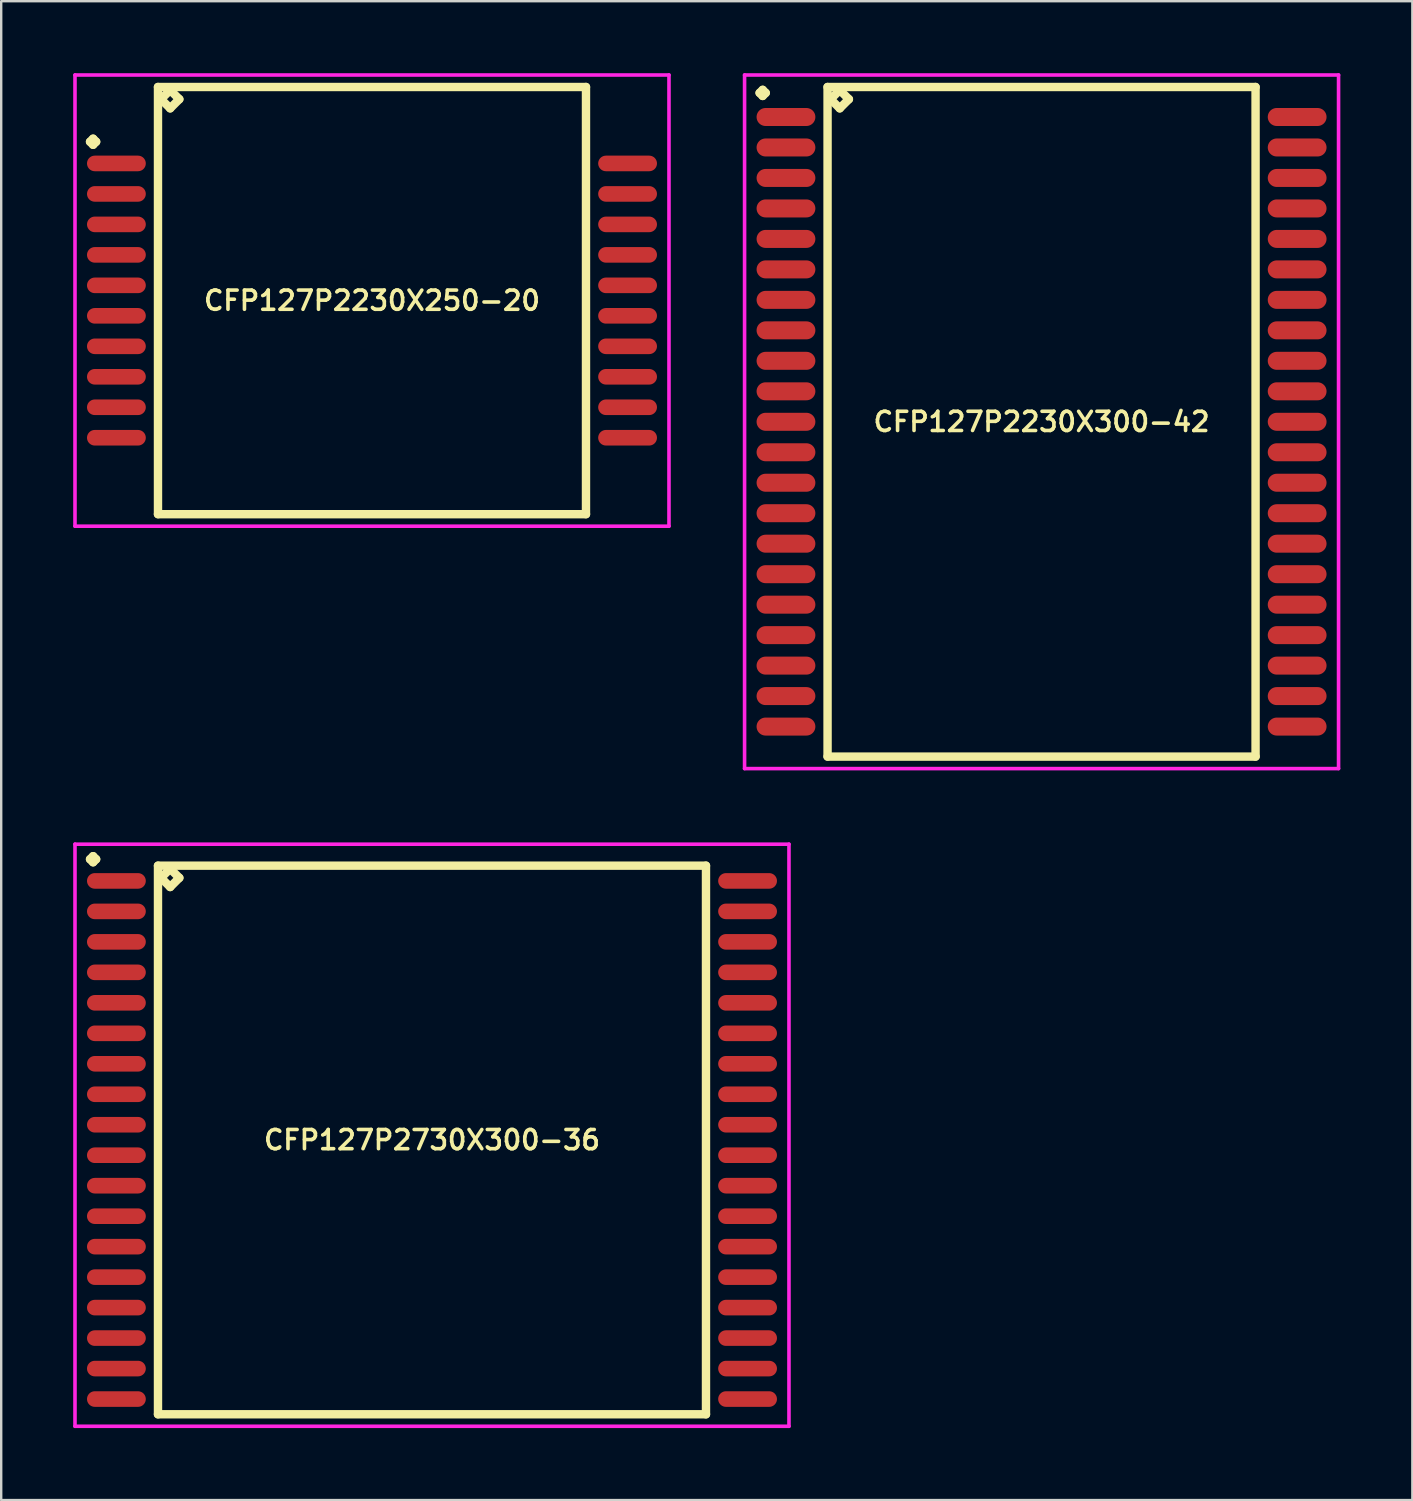
<source format=kicad_pcb>
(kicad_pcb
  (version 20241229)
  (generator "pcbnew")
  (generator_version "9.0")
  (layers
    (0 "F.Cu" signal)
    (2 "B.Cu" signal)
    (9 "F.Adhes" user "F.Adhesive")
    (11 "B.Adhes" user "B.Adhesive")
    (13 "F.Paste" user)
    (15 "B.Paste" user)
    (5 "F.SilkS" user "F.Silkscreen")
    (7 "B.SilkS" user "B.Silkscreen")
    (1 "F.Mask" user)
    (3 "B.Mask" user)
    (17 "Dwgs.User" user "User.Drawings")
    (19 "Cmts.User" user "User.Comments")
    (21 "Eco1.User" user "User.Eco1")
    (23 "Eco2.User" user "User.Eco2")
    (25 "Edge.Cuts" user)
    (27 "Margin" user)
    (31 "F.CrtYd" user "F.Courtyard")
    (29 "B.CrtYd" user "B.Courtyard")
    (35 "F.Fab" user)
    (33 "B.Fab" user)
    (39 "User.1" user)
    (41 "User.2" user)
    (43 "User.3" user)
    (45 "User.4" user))
  (footprint "CFP127P2230X250-20"
    (layer "F.Cu")
    (at 12.45 9.475)
    (property "Reference" "CFP127P2230X250-20" (at 0 0 0) (layer "F.SilkS") (effects (font (size 0.8 0.8) (thickness 0.15))))
    (attr through_hole)
    (fp_line (start -11.748 -6.619) (end -11.621 -6.746) (stroke (width 0.35) (type solid)) (layer "F.SilkS"))
    (fp_line (start -11.621 -6.746) (end -11.494 -6.619) (stroke (width 0.35) (type solid)) (layer "F.SilkS"))
    (fp_line (start -11.621 -6.492) (end -11.748 -6.619) (stroke (width 0.35) (type solid)) (layer "F.SilkS"))
    (fp_line (start -11.494 -6.619) (end -11.621 -6.492) (stroke (width 0.35) (type solid)) (layer "F.SilkS"))
    (fp_line (start -8.917 -8.9) (end -8.917 8.9) (stroke (width 0.35) (type solid)) (layer "F.SilkS"))
    (fp_line (start -8.917 8.9) (end 8.917 8.9) (stroke (width 0.35) (type solid)) (layer "F.SilkS"))
    (fp_line (start -8.79 -8.392) (end -8.409 -8.773) (stroke (width 0.35) (type solid)) (layer "F.SilkS"))
    (fp_line (start -8.409 -8.773) (end -8.028 -8.392) (stroke (width 0.35) (type solid)) (layer "F.SilkS"))
    (fp_line (start -8.409 -8.011) (end -8.79 -8.392) (stroke (width 0.35) (type solid)) (layer "F.SilkS"))
    (fp_line (start -8.028 -8.392) (end -8.409 -8.011) (stroke (width 0.35) (type solid)) (layer "F.SilkS"))
    (fp_line (start 8.917 -8.9) (end -8.917 -8.9) (stroke (width 0.35) (type solid)) (layer "F.SilkS"))
    (fp_line (start 8.917 8.9) (end 8.917 -8.9) (stroke (width 0.35) (type solid)) (layer "F.SilkS"))
    (fp_line (start -12.375 -9.4) (end 12.375 -9.4) (stroke (width 0.15) (type solid)) (layer "F.CrtYd"))
    (fp_line (start -12.375 9.4) (end -12.375 -9.4) (stroke (width 0.15) (type solid)) (layer "F.CrtYd"))
    (fp_line (start 12.375 -9.4) (end 12.375 9.4) (stroke (width 0.15) (type solid)) (layer "F.CrtYd"))
    (fp_line (start 12.375 9.4) (end -12.375 9.4) (stroke (width 0.15) (type solid)) (layer "F.CrtYd"))
    (pad "1" smd oval (at -10.65 -5.715) (size 2.45 0.65) (layers "F.Cu" "F.Mask" "F.Paste"))
    (pad "2" smd oval (at -10.65 -4.445) (size 2.45 0.65) (layers "F.Cu" "F.Mask" "F.Paste"))
    (pad "3" smd oval (at -10.65 -3.175) (size 2.45 0.65) (layers "F.Cu" "F.Mask" "F.Paste"))
    (pad "4" smd oval (at -10.65 -1.905) (size 2.45 0.65) (layers "F.Cu" "F.Mask" "F.Paste"))
    (pad "5" smd oval (at -10.65 -0.635) (size 2.45 0.65) (layers "F.Cu" "F.Mask" "F.Paste"))
    (pad "6" smd oval (at -10.65 0.635) (size 2.45 0.65) (layers "F.Cu" "F.Mask" "F.Paste"))
    (pad "7" smd oval (at -10.65 1.905) (size 2.45 0.65) (layers "F.Cu" "F.Mask" "F.Paste"))
    (pad "8" smd oval (at -10.65 3.175) (size 2.45 0.65) (layers "F.Cu" "F.Mask" "F.Paste"))
    (pad "9" smd oval (at -10.65 4.445) (size 2.45 0.65) (layers "F.Cu" "F.Mask" "F.Paste"))
    (pad "10" smd oval (at -10.65 5.715) (size 2.45 0.65) (layers "F.Cu" "F.Mask" "F.Paste"))
    (pad "11" smd oval (at 10.65 5.715) (size 2.45 0.65) (layers "F.Cu" "F.Mask" "F.Paste"))
    (pad "12" smd oval (at 10.65 4.445) (size 2.45 0.65) (layers "F.Cu" "F.Mask" "F.Paste"))
    (pad "13" smd oval (at 10.65 3.175) (size 2.45 0.65) (layers "F.Cu" "F.Mask" "F.Paste"))
    (pad "14" smd oval (at 10.65 1.905) (size 2.45 0.65) (layers "F.Cu" "F.Mask" "F.Paste"))
    (pad "15" smd oval (at 10.65 0.635) (size 2.45 0.65) (layers "F.Cu" "F.Mask" "F.Paste"))
    (pad "16" smd oval (at 10.65 -0.635) (size 2.45 0.65) (layers "F.Cu" "F.Mask" "F.Paste"))
    (pad "17" smd oval (at 10.65 -1.905) (size 2.45 0.65) (layers "F.Cu" "F.Mask" "F.Paste"))
    (pad "18" smd oval (at 10.65 -3.175) (size 2.45 0.65) (layers "F.Cu" "F.Mask" "F.Paste"))
    (pad "19" smd oval (at 10.65 -4.445) (size 2.45 0.65) (layers "F.Cu" "F.Mask" "F.Paste"))
    (pad "20" smd oval (at 10.65 -5.715) (size 2.45 0.65) (layers "F.Cu" "F.Mask" "F.Paste")))
  (footprint "CFP127P2730X300-36"
    (layer "F.Cu")
    (at 14.95 44.451)
    (property "Reference" "CFP127P2730X300-36" (at 0 0 0) (layer "F.SilkS") (effects (font (size 0.8 0.8) (thickness 0.15))))
    (attr through_hole)
    (fp_line (start -14.248 -11.699) (end -14.121 -11.826) (stroke (width 0.35) (type solid)) (layer "F.SilkS"))
    (fp_line (start -14.121 -11.826) (end -13.994 -11.699) (stroke (width 0.35) (type solid)) (layer "F.SilkS"))
    (fp_line (start -14.121 -11.572) (end -14.248 -11.699) (stroke (width 0.35) (type solid)) (layer "F.SilkS"))
    (fp_line (start -13.994 -11.699) (end -14.121 -11.572) (stroke (width 0.35) (type solid)) (layer "F.SilkS"))
    (fp_line (start -11.417 -11.43) (end -11.417 11.43) (stroke (width 0.35) (type solid)) (layer "F.SilkS"))
    (fp_line (start -11.417 11.43) (end 11.417 11.43) (stroke (width 0.35) (type solid)) (layer "F.SilkS"))
    (fp_line (start -11.29 -10.922) (end -10.909 -11.303) (stroke (width 0.35) (type solid)) (layer "F.SilkS"))
    (fp_line (start -10.909 -11.303) (end -10.528 -10.922) (stroke (width 0.35) (type solid)) (layer "F.SilkS"))
    (fp_line (start -10.909 -10.541) (end -11.29 -10.922) (stroke (width 0.35) (type solid)) (layer "F.SilkS"))
    (fp_line (start -10.528 -10.922) (end -10.909 -10.541) (stroke (width 0.35) (type solid)) (layer "F.SilkS"))
    (fp_line (start 11.417 -11.43) (end -11.417 -11.43) (stroke (width 0.35) (type solid)) (layer "F.SilkS"))
    (fp_line (start 11.417 11.43) (end 11.417 -11.43) (stroke (width 0.35) (type solid)) (layer "F.SilkS"))
    (fp_line (start -14.875 -12.326) (end 14.875 -12.326) (stroke (width 0.15) (type solid)) (layer "F.CrtYd"))
    (fp_line (start -14.875 11.93) (end -14.875 -12.326) (stroke (width 0.15) (type solid)) (layer "F.CrtYd"))
    (fp_line (start 14.875 -12.326) (end 14.875 11.93) (stroke (width 0.15) (type solid)) (layer "F.CrtYd"))
    (fp_line (start 14.875 11.93) (end -14.875 11.93) (stroke (width 0.15) (type solid)) (layer "F.CrtYd"))
    (pad "1" smd oval (at -13.15 -10.795) (size 2.45 0.65) (layers "F.Cu" "F.Mask" "F.Paste"))
    (pad "2" smd oval (at -13.15 -9.525) (size 2.45 0.65) (layers "F.Cu" "F.Mask" "F.Paste"))
    (pad "3" smd oval (at -13.15 -8.255) (size 2.45 0.65) (layers "F.Cu" "F.Mask" "F.Paste"))
    (pad "4" smd oval (at -13.15 -6.985) (size 2.45 0.65) (layers "F.Cu" "F.Mask" "F.Paste"))
    (pad "5" smd oval (at -13.15 -5.715) (size 2.45 0.65) (layers "F.Cu" "F.Mask" "F.Paste"))
    (pad "6" smd oval (at -13.15 -4.445) (size 2.45 0.65) (layers "F.Cu" "F.Mask" "F.Paste"))
    (pad "7" smd oval (at -13.15 -3.175) (size 2.45 0.65) (layers "F.Cu" "F.Mask" "F.Paste"))
    (pad "8" smd oval (at -13.15 -1.905) (size 2.45 0.65) (layers "F.Cu" "F.Mask" "F.Paste"))
    (pad "9" smd oval (at -13.15 -0.635) (size 2.45 0.65) (layers "F.Cu" "F.Mask" "F.Paste"))
    (pad "10" smd oval (at -13.15 0.635) (size 2.45 0.65) (layers "F.Cu" "F.Mask" "F.Paste"))
    (pad "11" smd oval (at -13.15 1.905) (size 2.45 0.65) (layers "F.Cu" "F.Mask" "F.Paste"))
    (pad "12" smd oval (at -13.15 3.175) (size 2.45 0.65) (layers "F.Cu" "F.Mask" "F.Paste"))
    (pad "13" smd oval (at -13.15 4.445) (size 2.45 0.65) (layers "F.Cu" "F.Mask" "F.Paste"))
    (pad "14" smd oval (at -13.15 5.715) (size 2.45 0.65) (layers "F.Cu" "F.Mask" "F.Paste"))
    (pad "15" smd oval (at -13.15 6.985) (size 2.45 0.65) (layers "F.Cu" "F.Mask" "F.Paste"))
    (pad "16" smd oval (at -13.15 8.255) (size 2.45 0.65) (layers "F.Cu" "F.Mask" "F.Paste"))
    (pad "17" smd oval (at -13.15 9.525) (size 2.45 0.65) (layers "F.Cu" "F.Mask" "F.Paste"))
    (pad "18" smd oval (at -13.15 10.795) (size 2.45 0.65) (layers "F.Cu" "F.Mask" "F.Paste"))
    (pad "19" smd oval (at 13.15 10.795) (size 2.45 0.65) (layers "F.Cu" "F.Mask" "F.Paste"))
    (pad "20" smd oval (at 13.15 9.525) (size 2.45 0.65) (layers "F.Cu" "F.Mask" "F.Paste"))
    (pad "21" smd oval (at 13.15 8.255) (size 2.45 0.65) (layers "F.Cu" "F.Mask" "F.Paste"))
    (pad "22" smd oval (at 13.15 6.985) (size 2.45 0.65) (layers "F.Cu" "F.Mask" "F.Paste"))
    (pad "23" smd oval (at 13.15 5.715) (size 2.45 0.65) (layers "F.Cu" "F.Mask" "F.Paste"))
    (pad "24" smd oval (at 13.15 4.445) (size 2.45 0.65) (layers "F.Cu" "F.Mask" "F.Paste"))
    (pad "25" smd oval (at 13.15 3.175) (size 2.45 0.65) (layers "F.Cu" "F.Mask" "F.Paste"))
    (pad "26" smd oval (at 13.15 1.905) (size 2.45 0.65) (layers "F.Cu" "F.Mask" "F.Paste"))
    (pad "27" smd oval (at 13.15 0.635) (size 2.45 0.65) (layers "F.Cu" "F.Mask" "F.Paste"))
    (pad "28" smd oval (at 13.15 -0.635) (size 2.45 0.65) (layers "F.Cu" "F.Mask" "F.Paste"))
    (pad "29" smd oval (at 13.15 -1.905) (size 2.45 0.65) (layers "F.Cu" "F.Mask" "F.Paste"))
    (pad "30" smd oval (at 13.15 -3.175) (size 2.45 0.65) (layers "F.Cu" "F.Mask" "F.Paste"))
    (pad "31" smd oval (at 13.15 -4.445) (size 2.45 0.65) (layers "F.Cu" "F.Mask" "F.Paste"))
    (pad "32" smd oval (at 13.15 -5.715) (size 2.45 0.65) (layers "F.Cu" "F.Mask" "F.Paste"))
    (pad "33" smd oval (at 13.15 -6.985) (size 2.45 0.65) (layers "F.Cu" "F.Mask" "F.Paste"))
    (pad "34" smd oval (at 13.15 -8.255) (size 2.45 0.65) (layers "F.Cu" "F.Mask" "F.Paste"))
    (pad "35" smd oval (at 13.15 -9.525) (size 2.45 0.65) (layers "F.Cu" "F.Mask" "F.Paste"))
    (pad "36" smd oval (at 13.15 -10.795) (size 2.45 0.65) (layers "F.Cu" "F.Mask" "F.Paste")))
  (footprint "CFP127P2230X300-42"
    (layer "F.Cu")
    (at 40.35 14.525)
    (property "Reference" "CFP127P2230X300-42" (at 0 0 0) (layer "F.SilkS") (effects (font (size 0.8 0.8) (thickness 0.15))))
    (attr through_hole)
    (fp_line (start -11.748 -13.704) (end -11.621 -13.831) (stroke (width 0.35) (type solid)) (layer "F.SilkS"))
    (fp_line (start -11.621 -13.831) (end -11.494 -13.704) (stroke (width 0.35) (type solid)) (layer "F.SilkS"))
    (fp_line (start -11.621 -13.577) (end -11.748 -13.704) (stroke (width 0.35) (type solid)) (layer "F.SilkS"))
    (fp_line (start -11.494 -13.704) (end -11.621 -13.577) (stroke (width 0.35) (type solid)) (layer "F.SilkS"))
    (fp_line (start -8.917 -13.95) (end -8.917 13.95) (stroke (width 0.35) (type solid)) (layer "F.SilkS"))
    (fp_line (start -8.917 13.95) (end 8.917 13.95) (stroke (width 0.35) (type solid)) (layer "F.SilkS"))
    (fp_line (start -8.79 -13.442) (end -8.409 -13.823) (stroke (width 0.35) (type solid)) (layer "F.SilkS"))
    (fp_line (start -8.409 -13.823) (end -8.028 -13.442) (stroke (width 0.35) (type solid)) (layer "F.SilkS"))
    (fp_line (start -8.409 -13.061) (end -8.79 -13.442) (stroke (width 0.35) (type solid)) (layer "F.SilkS"))
    (fp_line (start -8.028 -13.442) (end -8.409 -13.061) (stroke (width 0.35) (type solid)) (layer "F.SilkS"))
    (fp_line (start 8.917 -13.95) (end -8.917 -13.95) (stroke (width 0.35) (type solid)) (layer "F.SilkS"))
    (fp_line (start 8.917 13.95) (end 8.917 -13.95) (stroke (width 0.35) (type solid)) (layer "F.SilkS"))
    (fp_line (start -12.375 -14.45) (end 12.375 -14.45) (stroke (width 0.15) (type solid)) (layer "F.CrtYd"))
    (fp_line (start -12.375 14.45) (end -12.375 -14.45) (stroke (width 0.15) (type solid)) (layer "F.CrtYd"))
    (fp_line (start 12.375 -14.45) (end 12.375 14.45) (stroke (width 0.15) (type solid)) (layer "F.CrtYd"))
    (fp_line (start 12.375 14.45) (end -12.375 14.45) (stroke (width 0.15) (type solid)) (layer "F.CrtYd"))
    (pad "1" smd oval (at -10.65 -12.7) (size 2.45 0.75) (layers "F.Cu" "F.Mask" "F.Paste"))
    (pad "2" smd oval (at -10.65 -11.43) (size 2.45 0.75) (layers "F.Cu" "F.Mask" "F.Paste"))
    (pad "3" smd oval (at -10.65 -10.16) (size 2.45 0.75) (layers "F.Cu" "F.Mask" "F.Paste"))
    (pad "4" smd oval (at -10.65 -8.89) (size 2.45 0.75) (layers "F.Cu" "F.Mask" "F.Paste"))
    (pad "5" smd oval (at -10.65 -7.62) (size 2.45 0.75) (layers "F.Cu" "F.Mask" "F.Paste"))
    (pad "6" smd oval (at -10.65 -6.35) (size 2.45 0.75) (layers "F.Cu" "F.Mask" "F.Paste"))
    (pad "7" smd oval (at -10.65 -5.08) (size 2.45 0.75) (layers "F.Cu" "F.Mask" "F.Paste"))
    (pad "8" smd oval (at -10.65 -3.81) (size 2.45 0.75) (layers "F.Cu" "F.Mask" "F.Paste"))
    (pad "9" smd oval (at -10.65 -2.54) (size 2.45 0.75) (layers "F.Cu" "F.Mask" "F.Paste"))
    (pad "10" smd oval (at -10.65 -1.27) (size 2.45 0.75) (layers "F.Cu" "F.Mask" "F.Paste"))
    (pad "11" smd oval (at -10.65 0) (size 2.45 0.75) (layers "F.Cu" "F.Mask" "F.Paste"))
    (pad "12" smd oval (at -10.65 1.27) (size 2.45 0.75) (layers "F.Cu" "F.Mask" "F.Paste"))
    (pad "13" smd oval (at -10.65 2.54) (size 2.45 0.75) (layers "F.Cu" "F.Mask" "F.Paste"))
    (pad "14" smd oval (at -10.65 3.81) (size 2.45 0.75) (layers "F.Cu" "F.Mask" "F.Paste"))
    (pad "15" smd oval (at -10.65 5.08) (size 2.45 0.75) (layers "F.Cu" "F.Mask" "F.Paste"))
    (pad "16" smd oval (at -10.65 6.35) (size 2.45 0.75) (layers "F.Cu" "F.Mask" "F.Paste"))
    (pad "17" smd oval (at -10.65 7.62) (size 2.45 0.75) (layers "F.Cu" "F.Mask" "F.Paste"))
    (pad "18" smd oval (at -10.65 8.89) (size 2.45 0.75) (layers "F.Cu" "F.Mask" "F.Paste"))
    (pad "19" smd oval (at -10.65 10.16) (size 2.45 0.75) (layers "F.Cu" "F.Mask" "F.Paste"))
    (pad "20" smd oval (at -10.65 11.43) (size 2.45 0.75) (layers "F.Cu" "F.Mask" "F.Paste"))
    (pad "21" smd oval (at -10.65 12.7) (size 2.45 0.75) (layers "F.Cu" "F.Mask" "F.Paste"))
    (pad "22" smd oval (at 10.65 12.7) (size 2.45 0.75) (layers "F.Cu" "F.Mask" "F.Paste"))
    (pad "23" smd oval (at 10.65 11.43) (size 2.45 0.75) (layers "F.Cu" "F.Mask" "F.Paste"))
    (pad "24" smd oval (at 10.65 10.16) (size 2.45 0.75) (layers "F.Cu" "F.Mask" "F.Paste"))
    (pad "25" smd oval (at 10.65 8.89) (size 2.45 0.75) (layers "F.Cu" "F.Mask" "F.Paste"))
    (pad "26" smd oval (at 10.65 7.62) (size 2.45 0.75) (layers "F.Cu" "F.Mask" "F.Paste"))
    (pad "27" smd oval (at 10.65 6.35) (size 2.45 0.75) (layers "F.Cu" "F.Mask" "F.Paste"))
    (pad "28" smd oval (at 10.65 5.08) (size 2.45 0.75) (layers "F.Cu" "F.Mask" "F.Paste"))
    (pad "29" smd oval (at 10.65 3.81) (size 2.45 0.75) (layers "F.Cu" "F.Mask" "F.Paste"))
    (pad "30" smd oval (at 10.65 2.54) (size 2.45 0.75) (layers "F.Cu" "F.Mask" "F.Paste"))
    (pad "31" smd oval (at 10.65 1.27) (size 2.45 0.75) (layers "F.Cu" "F.Mask" "F.Paste"))
    (pad "32" smd oval (at 10.65 0) (size 2.45 0.75) (layers "F.Cu" "F.Mask" "F.Paste"))
    (pad "33" smd oval (at 10.65 -1.27) (size 2.45 0.75) (layers "F.Cu" "F.Mask" "F.Paste"))
    (pad "34" smd oval (at 10.65 -2.54) (size 2.45 0.75) (layers "F.Cu" "F.Mask" "F.Paste"))
    (pad "35" smd oval (at 10.65 -3.81) (size 2.45 0.75) (layers "F.Cu" "F.Mask" "F.Paste"))
    (pad "36" smd oval (at 10.65 -5.08) (size 2.45 0.75) (layers "F.Cu" "F.Mask" "F.Paste"))
    (pad "37" smd oval (at 10.65 -6.35) (size 2.45 0.75) (layers "F.Cu" "F.Mask" "F.Paste"))
    (pad "38" smd oval (at 10.65 -7.62) (size 2.45 0.75) (layers "F.Cu" "F.Mask" "F.Paste"))
    (pad "39" smd oval (at 10.65 -8.89) (size 2.45 0.75) (layers "F.Cu" "F.Mask" "F.Paste"))
    (pad "40" smd oval (at 10.65 -10.16) (size 2.45 0.75) (layers "F.Cu" "F.Mask" "F.Paste"))
    (pad "41" smd oval (at 10.65 -11.43) (size 2.45 0.75) (layers "F.Cu" "F.Mask" "F.Paste"))
    (pad "42" smd oval (at 10.65 -12.7) (size 2.45 0.75) (layers "F.Cu" "F.Mask" "F.Paste")))
  (gr_rect
    (start -3 -3)
    (end 55.8 59.456)
    (stroke (width 0.1) (type default))
    (fill no)
    (layer "Edge.Cuts")))
</source>
